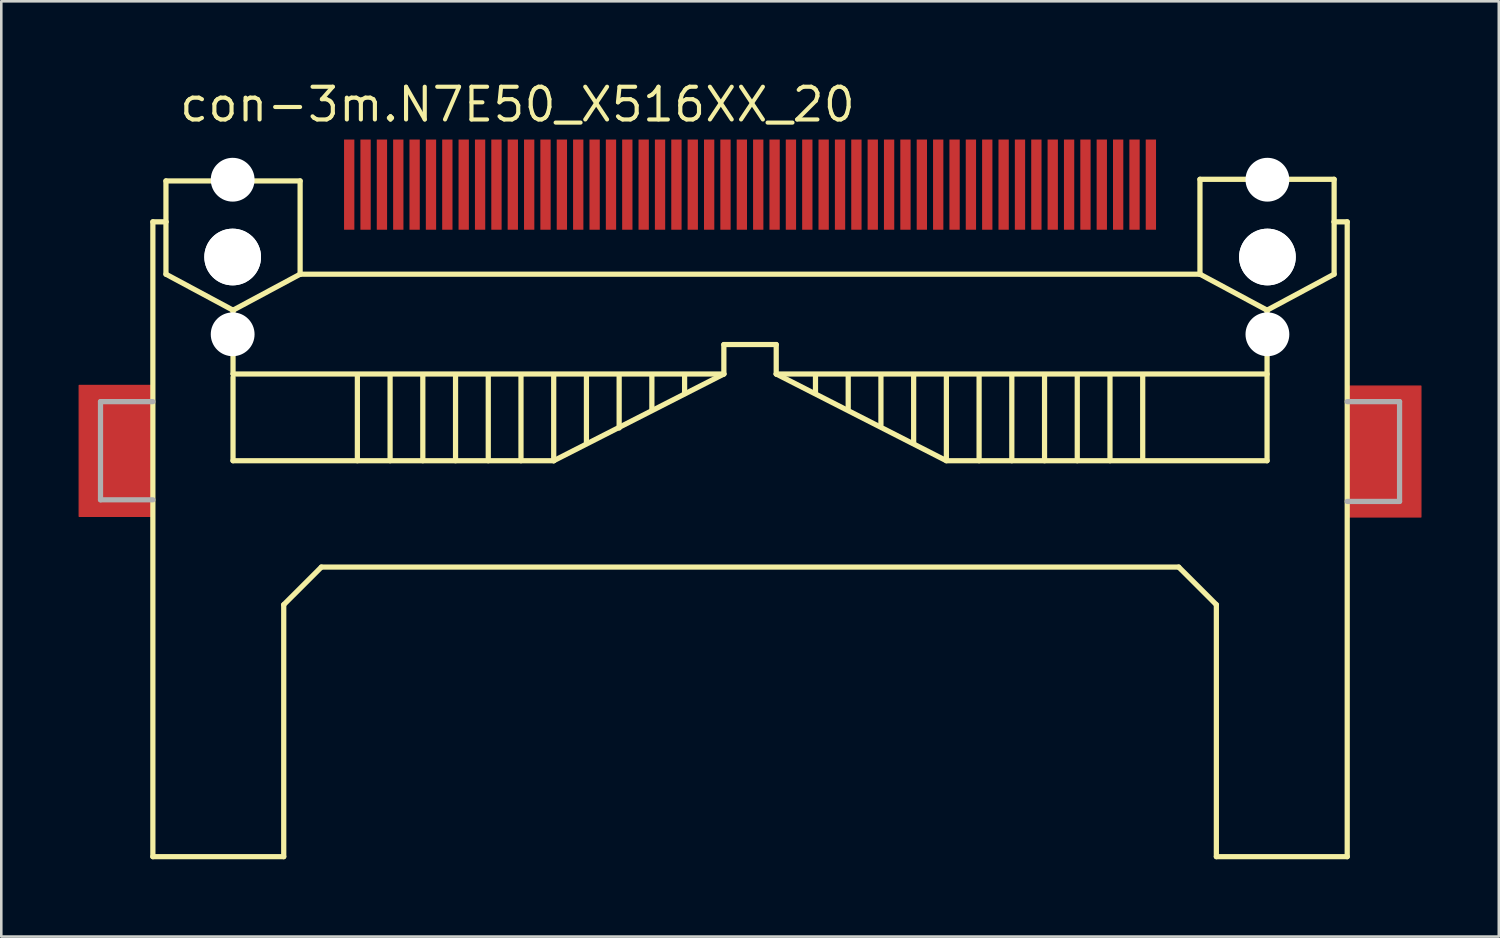
<source format=kicad_pcb>
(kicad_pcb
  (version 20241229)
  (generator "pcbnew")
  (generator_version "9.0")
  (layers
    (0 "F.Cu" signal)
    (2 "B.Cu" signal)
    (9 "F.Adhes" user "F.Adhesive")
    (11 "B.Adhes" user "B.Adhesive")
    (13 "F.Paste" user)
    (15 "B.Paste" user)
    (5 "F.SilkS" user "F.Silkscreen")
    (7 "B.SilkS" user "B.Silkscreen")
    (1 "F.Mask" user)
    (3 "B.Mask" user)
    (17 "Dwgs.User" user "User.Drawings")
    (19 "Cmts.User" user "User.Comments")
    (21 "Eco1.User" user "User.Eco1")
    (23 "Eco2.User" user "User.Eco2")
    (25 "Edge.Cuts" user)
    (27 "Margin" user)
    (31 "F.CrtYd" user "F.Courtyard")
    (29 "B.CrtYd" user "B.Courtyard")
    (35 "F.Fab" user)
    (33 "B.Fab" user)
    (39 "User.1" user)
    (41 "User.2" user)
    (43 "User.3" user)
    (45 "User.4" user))
  (footprint "con-3m.N7E50_X516XX_20"
    (layer "F.Cu")
    (at 26.06 6.925)
    (property "Reference" "con-3m.N7E50_X516XX_20" (at -22.225 -5.175 0) (layer "F.SilkS") (effects (font (size 1.27 1.27) (thickness 0.16)) (justify left bottom)))
    (attr smd)
    (fp_rect (start -26.035 10.065) (end -23.177 4.985) (stroke (width 0.05) (type default)) (fill yes) (layer "F.Cu"))
    (fp_rect (start 23.177 10.09) (end 26.035 5.01) (stroke (width 0.05) (type default)) (fill yes) (layer "F.Cu"))
    (fp_rect (start -26.025 10.05) (end -23.175 5) (stroke (width 0.05) (type default)) (fill yes) (layer "F.Mask"))
    (fp_rect (start 23.175 10.075) (end 26.025 5.025) (stroke (width 0.05) (type default)) (fill yes) (layer "F.Mask"))
    (fp_line (start -23.177 -1.365) (end -22.669 -1.365) (stroke (width 0.203) (type default)) (layer "F.SilkS"))
    (fp_line (start -23.177 23.273) (end -23.177 -1.365) (stroke (width 0.203) (type default)) (layer "F.SilkS"))
    (fp_line (start -22.669 -2.953) (end -17.462 -2.953) (stroke (width 0.203) (type default)) (layer "F.SilkS"))
    (fp_line (start -22.669 -1.365) (end -22.669 -2.953) (stroke (width 0.203) (type default)) (layer "F.SilkS"))
    (fp_line (start -22.669 0.667) (end -22.669 -1.365) (stroke (width 0.203) (type default)) (layer "F.SilkS"))
    (fp_line (start -20.066 2.064) (end -22.669 0.667) (stroke (width 0.203) (type default)) (layer "F.SilkS"))
    (fp_line (start -20.066 2.064) (end -20.066 4.54) (stroke (width 0.203) (type default)) (layer "F.SilkS"))
    (fp_line (start -20.066 4.54) (end -1.016 4.54) (stroke (width 0.203) (type default)) (layer "F.SilkS"))
    (fp_line (start -20.066 7.906) (end -20.066 4.668) (stroke (width 0.203) (type default)) (layer "F.SilkS"))
    (fp_line (start -18.098 13.494) (end -18.098 23.273) (stroke (width 0.203) (type default)) (layer "F.SilkS"))
    (fp_line (start -18.098 23.273) (end -23.177 23.273) (stroke (width 0.203) (type default)) (layer "F.SilkS"))
    (fp_line (start -17.462 -2.953) (end -17.462 0.667) (stroke (width 0.203) (type default)) (layer "F.SilkS"))
    (fp_line (start -17.462 0.667) (end -20.066 2.064) (stroke (width 0.203) (type default)) (layer "F.SilkS"))
    (fp_line (start -17.462 0.667) (end 17.462 0.667) (stroke (width 0.203) (type default)) (layer "F.SilkS"))
    (fp_line (start -16.637 12.034) (end -18.098 13.494) (stroke (width 0.203) (type default)) (layer "F.SilkS"))
    (fp_line (start -15.24 4.604) (end -15.24 7.906) (stroke (width 0.203) (type default)) (layer "F.SilkS"))
    (fp_line (start -13.97 4.604) (end -13.97 7.906) (stroke (width 0.203) (type default)) (layer "F.SilkS"))
    (fp_line (start -12.7 4.604) (end -12.7 7.906) (stroke (width 0.203) (type default)) (layer "F.SilkS"))
    (fp_line (start -11.43 4.604) (end -11.43 7.906) (stroke (width 0.203) (type default)) (layer "F.SilkS"))
    (fp_line (start -10.16 4.604) (end -10.16 7.906) (stroke (width 0.203) (type default)) (layer "F.SilkS"))
    (fp_line (start -8.89 4.604) (end -8.89 7.906) (stroke (width 0.203) (type default)) (layer "F.SilkS"))
    (fp_line (start -7.62 4.604) (end -7.62 7.906) (stroke (width 0.203) (type default)) (layer "F.SilkS"))
    (fp_line (start -7.62 7.906) (end -20.066 7.906) (stroke (width 0.203) (type default)) (layer "F.SilkS"))
    (fp_line (start -6.35 4.604) (end -6.35 7.207) (stroke (width 0.203) (type default)) (layer "F.SilkS"))
    (fp_line (start -5.08 4.604) (end -5.08 6.636) (stroke (width 0.203) (type default)) (layer "F.SilkS"))
    (fp_line (start -3.81 4.604) (end -3.81 5.938) (stroke (width 0.203) (type default)) (layer "F.SilkS"))
    (fp_line (start -2.54 4.604) (end -2.54 5.303) (stroke (width 0.203) (type default)) (layer "F.SilkS"))
    (fp_line (start -1.016 3.397) (end 1.016 3.397) (stroke (width 0.203) (type default)) (layer "F.SilkS"))
    (fp_line (start -1.016 4.54) (end -7.62 7.906) (stroke (width 0.203) (type default)) (layer "F.SilkS"))
    (fp_line (start -1.016 4.54) (end -1.016 3.397) (stroke (width 0.203) (type default)) (layer "F.SilkS"))
    (fp_line (start 1.016 3.397) (end 1.016 4.54) (stroke (width 0.203) (type default)) (layer "F.SilkS"))
    (fp_line (start 1.016 4.54) (end 20.066 4.54) (stroke (width 0.203) (type default)) (layer "F.SilkS"))
    (fp_line (start 2.54 4.604) (end 2.54 5.239) (stroke (width 0.203) (type default)) (layer "F.SilkS"))
    (fp_line (start 3.81 4.604) (end 3.81 5.874) (stroke (width 0.203) (type default)) (layer "F.SilkS"))
    (fp_line (start 5.08 4.604) (end 5.08 6.509) (stroke (width 0.203) (type default)) (layer "F.SilkS"))
    (fp_line (start 6.35 4.604) (end 6.35 7.207) (stroke (width 0.203) (type default)) (layer "F.SilkS"))
    (fp_line (start 7.62 4.604) (end 7.62 7.843) (stroke (width 0.203) (type default)) (layer "F.SilkS"))
    (fp_line (start 7.62 7.906) (end 1.016 4.54) (stroke (width 0.203) (type default)) (layer "F.SilkS"))
    (fp_line (start 8.89 4.604) (end 8.89 7.906) (stroke (width 0.203) (type default)) (layer "F.SilkS"))
    (fp_line (start 10.16 4.604) (end 10.16 7.906) (stroke (width 0.203) (type default)) (layer "F.SilkS"))
    (fp_line (start 11.43 4.604) (end 11.43 7.906) (stroke (width 0.203) (type default)) (layer "F.SilkS"))
    (fp_line (start 12.7 4.604) (end 12.7 7.906) (stroke (width 0.203) (type default)) (layer "F.SilkS"))
    (fp_line (start 13.97 4.604) (end 13.97 7.906) (stroke (width 0.203) (type default)) (layer "F.SilkS"))
    (fp_line (start 15.24 7.843) (end 15.24 4.604) (stroke (width 0.203) (type default)) (layer "F.SilkS"))
    (fp_line (start 16.637 12.034) (end -16.637 12.034) (stroke (width 0.203) (type default)) (layer "F.SilkS"))
    (fp_line (start 17.462 -3.016) (end 22.669 -3.016) (stroke (width 0.203) (type default)) (layer "F.SilkS"))
    (fp_line (start 17.462 0.667) (end 17.462 -3.016) (stroke (width 0.203) (type default)) (layer "F.SilkS"))
    (fp_line (start 18.098 13.494) (end 16.637 12.034) (stroke (width 0.203) (type default)) (layer "F.SilkS"))
    (fp_line (start 18.098 23.273) (end 18.098 13.494) (stroke (width 0.203) (type default)) (layer "F.SilkS"))
    (fp_line (start 20.066 2.064) (end 17.462 0.667) (stroke (width 0.203) (type default)) (layer "F.SilkS"))
    (fp_line (start 20.066 4.54) (end 20.066 2.064) (stroke (width 0.203) (type default)) (layer "F.SilkS"))
    (fp_line (start 20.066 4.604) (end 20.066 7.906) (stroke (width 0.203) (type default)) (layer "F.SilkS"))
    (fp_line (start 20.066 7.906) (end 7.62 7.906) (stroke (width 0.203) (type default)) (layer "F.SilkS"))
    (fp_line (start 22.669 -3.016) (end 22.669 -1.365) (stroke (width 0.203) (type default)) (layer "F.SilkS"))
    (fp_line (start 22.669 -1.365) (end 22.669 0.667) (stroke (width 0.203) (type default)) (layer "F.SilkS"))
    (fp_line (start 22.669 -1.365) (end 23.177 -1.365) (stroke (width 0.203) (type default)) (layer "F.SilkS"))
    (fp_line (start 22.669 0.667) (end 20.066 2.064) (stroke (width 0.203) (type default)) (layer "F.SilkS"))
    (fp_line (start 23.177 -1.365) (end 23.177 23.273) (stroke (width 0.203) (type default)) (layer "F.SilkS"))
    (fp_line (start 23.177 23.273) (end 18.098 23.273) (stroke (width 0.203) (type default)) (layer "F.SilkS"))
    (fp_rect (start -26 10.025) (end -23.2 5.025) (stroke (width 0.05) (type default)) (fill yes) (layer "F.Paste"))
    (fp_rect (start 23.2 10.05) (end 26 5.05) (stroke (width 0.05) (type default)) (fill yes) (layer "F.Paste"))
    (fp_line (start -25.209 5.613) (end -23.177 5.613) (stroke (width 0.203) (type default)) (layer "F.Fab"))
    (fp_line (start -25.209 9.423) (end -25.209 5.613) (stroke (width 0.203) (type default)) (layer "F.Fab"))
    (fp_line (start -23.177 9.423) (end -25.209 9.423) (stroke (width 0.203) (type default)) (layer "F.Fab"))
    (fp_line (start 23.177 5.613) (end 25.209 5.613) (stroke (width 0.203) (type default)) (layer "F.Fab"))
    (fp_line (start 25.209 5.613) (end 25.209 9.486) (stroke (width 0.203) (type default)) (layer "F.Fab"))
    (fp_line (start 25.209 9.486) (end 23.177 9.486) (stroke (width 0.203) (type default)) (layer "F.Fab"))
    (pad "" np_thru_hole circle (at -20.08 -3) (size 1.7 1.7) (drill 1.7) (layers "*.Cu" "*.Mask"))
    (pad "" np_thru_hole circle (at -20.08 0) (size 2.2 2.2) (drill 2.2) (layers "*.Cu" "*.Mask"))
    (pad "" np_thru_hole circle (at -20.08 0) (size 2.2 2.2) (drill 2.2) (layers "*.Cu" "*.Mask"))
    (pad "" np_thru_hole circle (at -20.08 3) (size 1.7 1.7) (drill 1.7) (layers "*.Cu" "*.Mask"))
    (pad "" np_thru_hole circle (at 20.08 -3) (size 1.7 1.7) (drill 1.7) (layers "*.Cu" "*.Mask"))
    (pad "" np_thru_hole circle (at 20.08 0) (size 2.2 2.2) (drill 2.2) (layers "*.Cu" "*.Mask"))
    (pad "" np_thru_hole circle (at 20.08 0) (size 2.2 2.2) (drill 2.2) (layers "*.Cu" "*.Mask"))
    (pad "" np_thru_hole circle (at 20.08 3) (size 1.7 1.7) (drill 1.7) (layers "*.Cu" "*.Mask"))
    (pad "1" smd roundrect (at -15.557 -2.81) (size 0.4 3.5) (layers "F.Cu" "F.Mask" "F.Paste") (roundrect_rratio 0.01))
    (pad "2" smd roundrect (at -14.287 -2.81) (size 0.4 3.5) (layers "F.Cu" "F.Mask" "F.Paste") (roundrect_rratio 0.01))
    (pad "3" smd roundrect (at -13.018 -2.81) (size 0.4 3.5) (layers "F.Cu" "F.Mask" "F.Paste") (roundrect_rratio 0.01))
    (pad "4" smd roundrect (at -11.748 -2.81) (size 0.4 3.5) (layers "F.Cu" "F.Mask" "F.Paste") (roundrect_rratio 0.01))
    (pad "5" smd roundrect (at -10.477 -2.81) (size 0.4 3.5) (layers "F.Cu" "F.Mask" "F.Paste") (roundrect_rratio 0.01))
    (pad "6" smd roundrect (at -9.207 -2.81) (size 0.4 3.5) (layers "F.Cu" "F.Mask" "F.Paste") (roundrect_rratio 0.01))
    (pad "7" smd roundrect (at -7.938 -2.81) (size 0.4 3.5) (layers "F.Cu" "F.Mask" "F.Paste") (roundrect_rratio 0.01))
    (pad "8" smd roundrect (at -6.668 -2.81) (size 0.4 3.5) (layers "F.Cu" "F.Mask" "F.Paste") (roundrect_rratio 0.01))
    (pad "9" smd roundrect (at -5.397 -2.81) (size 0.4 3.5) (layers "F.Cu" "F.Mask" "F.Paste") (roundrect_rratio 0.01))
    (pad "10" smd roundrect (at -4.128 -2.81) (size 0.4 3.5) (layers "F.Cu" "F.Mask" "F.Paste") (roundrect_rratio 0.01))
    (pad "11" smd roundrect (at -2.857 -2.81) (size 0.4 3.5) (layers "F.Cu" "F.Mask" "F.Paste") (roundrect_rratio 0.01))
    (pad "12" smd roundrect (at -1.587 -2.81) (size 0.4 3.5) (layers "F.Cu" "F.Mask" "F.Paste") (roundrect_rratio 0.01))
    (pad "13" smd roundrect (at -0.318 -2.81) (size 0.4 3.5) (layers "F.Cu" "F.Mask" "F.Paste") (roundrect_rratio 0.01))
    (pad "14" smd roundrect (at 0.953 -2.81) (size 0.4 3.5) (layers "F.Cu" "F.Mask" "F.Paste") (roundrect_rratio 0.01))
    (pad "15" smd roundrect (at 2.223 -2.81) (size 0.4 3.5) (layers "F.Cu" "F.Mask" "F.Paste") (roundrect_rratio 0.01))
    (pad "16" smd roundrect (at 3.493 -2.81) (size 0.4 3.5) (layers "F.Cu" "F.Mask" "F.Paste") (roundrect_rratio 0.01))
    (pad "17" smd roundrect (at 4.763 -2.81) (size 0.4 3.5) (layers "F.Cu" "F.Mask" "F.Paste") (roundrect_rratio 0.01))
    (pad "18" smd roundrect (at 6.032 -2.81) (size 0.4 3.5) (layers "F.Cu" "F.Mask" "F.Paste") (roundrect_rratio 0.01))
    (pad "19" smd roundrect (at 7.303 -2.81) (size 0.4 3.5) (layers "F.Cu" "F.Mask" "F.Paste") (roundrect_rratio 0.01))
    (pad "20" smd roundrect (at 8.572 -2.81) (size 0.4 3.5) (layers "F.Cu" "F.Mask" "F.Paste") (roundrect_rratio 0.01))
    (pad "21" smd roundrect (at 9.842 -2.81) (size 0.4 3.5) (layers "F.Cu" "F.Mask" "F.Paste") (roundrect_rratio 0.01))
    (pad "22" smd roundrect (at 11.113 -2.81) (size 0.4 3.5) (layers "F.Cu" "F.Mask" "F.Paste") (roundrect_rratio 0.01))
    (pad "23" smd roundrect (at 12.383 -2.81) (size 0.4 3.5) (layers "F.Cu" "F.Mask" "F.Paste") (roundrect_rratio 0.01))
    (pad "24" smd roundrect (at 13.652 -2.81) (size 0.4 3.5) (layers "F.Cu" "F.Mask" "F.Paste") (roundrect_rratio 0.01))
    (pad "25" smd roundrect (at 14.922 -2.81) (size 0.4 3.5) (layers "F.Cu" "F.Mask" "F.Paste") (roundrect_rratio 0.01))
    (pad "26" smd roundrect (at -14.922 -2.81) (size 0.4 3.5) (layers "F.Cu" "F.Mask" "F.Paste") (roundrect_rratio 0.01))
    (pad "27" smd roundrect (at -13.652 -2.81) (size 0.4 3.5) (layers "F.Cu" "F.Mask" "F.Paste") (roundrect_rratio 0.01))
    (pad "28" smd roundrect (at -12.383 -2.81) (size 0.4 3.5) (layers "F.Cu" "F.Mask" "F.Paste") (roundrect_rratio 0.01))
    (pad "29" smd roundrect (at -11.113 -2.81) (size 0.4 3.5) (layers "F.Cu" "F.Mask" "F.Paste") (roundrect_rratio 0.01))
    (pad "30" smd roundrect (at -9.842 -2.81) (size 0.4 3.5) (layers "F.Cu" "F.Mask" "F.Paste") (roundrect_rratio 0.01))
    (pad "31" smd roundrect (at -8.572 -2.81) (size 0.4 3.5) (layers "F.Cu" "F.Mask" "F.Paste") (roundrect_rratio 0.01))
    (pad "32" smd roundrect (at -7.303 -2.81) (size 0.4 3.5) (layers "F.Cu" "F.Mask" "F.Paste") (roundrect_rratio 0.01))
    (pad "33" smd roundrect (at -6.032 -2.81) (size 0.4 3.5) (layers "F.Cu" "F.Mask" "F.Paste") (roundrect_rratio 0.01))
    (pad "34" smd roundrect (at -4.763 -2.81) (size 0.4 3.5) (layers "F.Cu" "F.Mask" "F.Paste") (roundrect_rratio 0.01))
    (pad "35" smd roundrect (at -3.493 -2.81) (size 0.4 3.5) (layers "F.Cu" "F.Mask" "F.Paste") (roundrect_rratio 0.01))
    (pad "36" smd roundrect (at -2.223 -2.81) (size 0.4 3.5) (layers "F.Cu" "F.Mask" "F.Paste") (roundrect_rratio 0.01))
    (pad "37" smd roundrect (at -0.953 -2.81) (size 0.4 3.5) (layers "F.Cu" "F.Mask" "F.Paste") (roundrect_rratio 0.01))
    (pad "38" smd roundrect (at 0.318 -2.81) (size 0.4 3.5) (layers "F.Cu" "F.Mask" "F.Paste") (roundrect_rratio 0.01))
    (pad "39" smd roundrect (at 1.587 -2.81) (size 0.4 3.5) (layers "F.Cu" "F.Mask" "F.Paste") (roundrect_rratio 0.01))
    (pad "40" smd roundrect (at 2.857 -2.81) (size 0.4 3.5) (layers "F.Cu" "F.Mask" "F.Paste") (roundrect_rratio 0.01))
    (pad "41" smd roundrect (at 4.128 -2.81) (size 0.4 3.5) (layers "F.Cu" "F.Mask" "F.Paste") (roundrect_rratio 0.01))
    (pad "42" smd roundrect (at 5.397 -2.81) (size 0.4 3.5) (layers "F.Cu" "F.Mask" "F.Paste") (roundrect_rratio 0.01))
    (pad "43" smd roundrect (at 6.668 -2.81) (size 0.4 3.5) (layers "F.Cu" "F.Mask" "F.Paste") (roundrect_rratio 0.01))
    (pad "44" smd roundrect (at 7.938 -2.81) (size 0.4 3.5) (layers "F.Cu" "F.Mask" "F.Paste") (roundrect_rratio 0.01))
    (pad "45" smd roundrect (at 9.207 -2.81) (size 0.4 3.5) (layers "F.Cu" "F.Mask" "F.Paste") (roundrect_rratio 0.01))
    (pad "46" smd roundrect (at 10.477 -2.81) (size 0.4 3.5) (layers "F.Cu" "F.Mask" "F.Paste") (roundrect_rratio 0.01))
    (pad "47" smd roundrect (at 11.748 -2.81) (size 0.4 3.5) (layers "F.Cu" "F.Mask" "F.Paste") (roundrect_rratio 0.01))
    (pad "48" smd roundrect (at 13.018 -2.81) (size 0.4 3.5) (layers "F.Cu" "F.Mask" "F.Paste") (roundrect_rratio 0.01))
    (pad "49" smd roundrect (at 14.287 -2.81) (size 0.4 3.5) (layers "F.Cu" "F.Mask" "F.Paste") (roundrect_rratio 0.01))
    (pad "50" smd roundrect (at 15.557 -2.81) (size 0.4 3.5) (layers "F.Cu" "F.Mask" "F.Paste") (roundrect_rratio 0.01)))
  (gr_rect
    (start -3 -3)
    (end 55.12 33.3)
    (stroke (width 0.1) (type default))
    (fill no)
    (layer "Edge.Cuts")))
</source>
